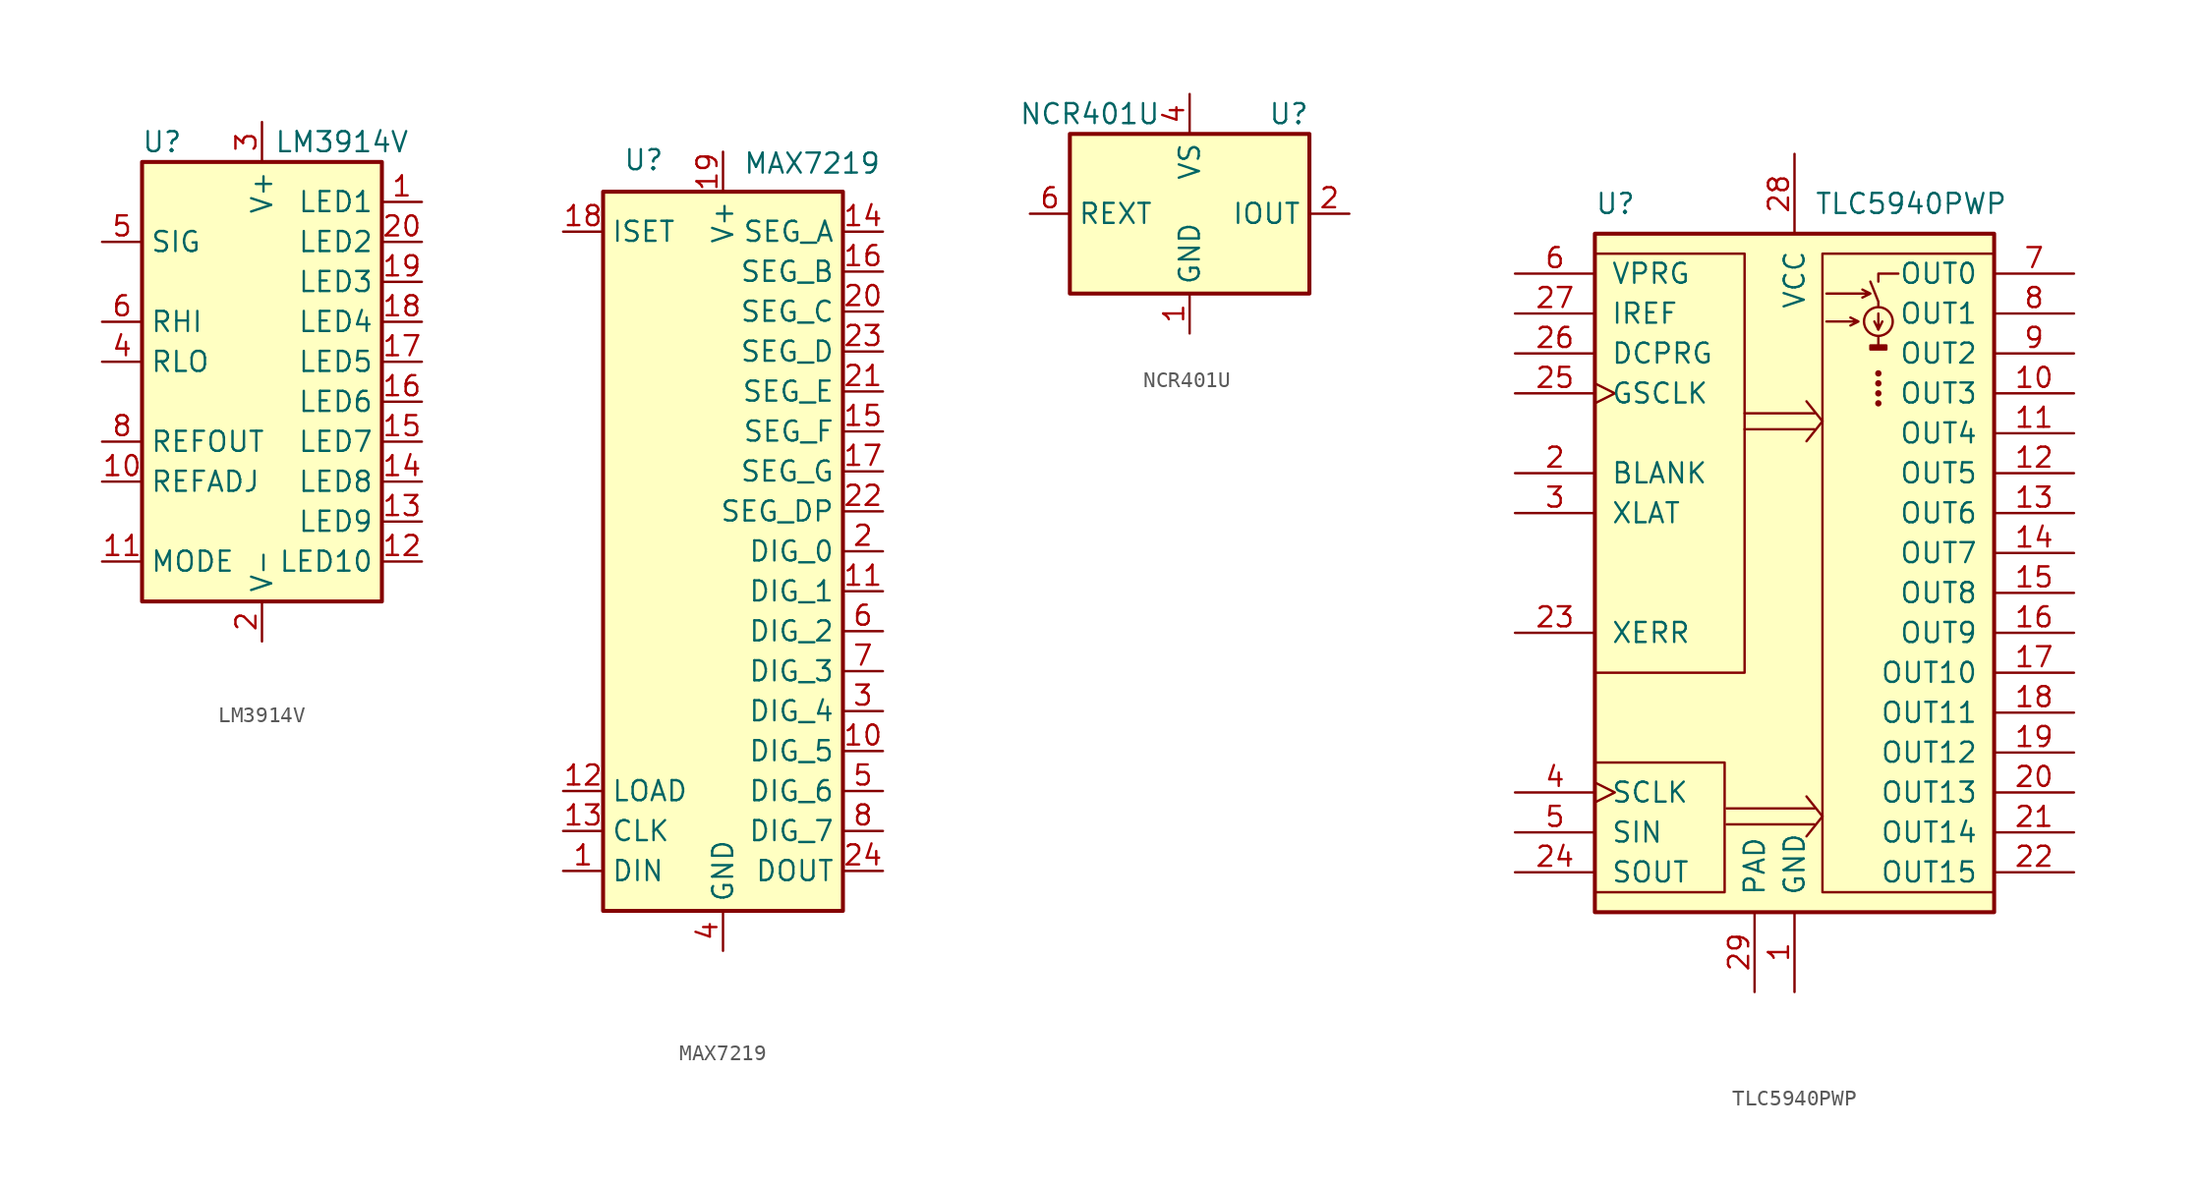
<source format=kicad_sym>
(kicad_symbol_lib
  (version 20201005)
  (generator kicad_symbol_editor)
  (symbol "LM3914V"
    (property "Reference" "U"
      (at -6.35 13.97 0)
      (effects (font (size 1.27 1.27))))
    (property "Value" "LM3914V"
      (at 5.08 13.97 0)
      (effects (font (size 1.27 1.27))))
    (symbol "LM3914V_0_1"
      (rectangle (start -7.62 12.7) (end 7.62 -15.24) (stroke (width 0.254)) (fill (type background))))
    (symbol "LM3914V_1_1"
      (pin open_collector line (at 10.16 10.16 180) (length 2.54) (name "LED1" (effects (font (size 1.27 1.27)))) (number "1" (effects (font (size 1.27 1.27)))))
      (pin input line (at -10.16 -7.62 0) (length 2.54) (name "REFADJ" (effects (font (size 1.27 1.27)))) (number "10" (effects (font (size 1.27 1.27)))))
      (pin input line (at -10.16 -12.7 0) (length 2.54) (name "MODE" (effects (font (size 1.27 1.27)))) (number "11" (effects (font (size 1.27 1.27)))))
      (pin open_collector line (at 10.16 -12.7 180) (length 2.54) (name "LED10" (effects (font (size 1.27 1.27)))) (number "12" (effects (font (size 1.27 1.27)))))
      (pin open_collector line (at 10.16 -10.16 180) (length 2.54) (name "LED9" (effects (font (size 1.27 1.27)))) (number "13" (effects (font (size 1.27 1.27)))))
      (pin open_collector line (at 10.16 -7.62 180) (length 2.54) (name "LED8" (effects (font (size 1.27 1.27)))) (number "14" (effects (font (size 1.27 1.27)))))
      (pin open_collector line (at 10.16 -5.08 180) (length 2.54) (name "LED7" (effects (font (size 1.27 1.27)))) (number "15" (effects (font (size 1.27 1.27)))))
      (pin open_collector line (at 10.16 -2.54 180) (length 2.54) (name "LED6" (effects (font (size 1.27 1.27)))) (number "16" (effects (font (size 1.27 1.27)))))
      (pin open_collector line (at 10.16 0 180) (length 2.54) (name "LED5" (effects (font (size 1.27 1.27)))) (number "17" (effects (font (size 1.27 1.27)))))
      (pin open_collector line (at 10.16 2.54 180) (length 2.54) (name "LED4" (effects (font (size 1.27 1.27)))) (number "18" (effects (font (size 1.27 1.27)))))
      (pin open_collector line (at 10.16 5.08 180) (length 2.54) (name "LED3" (effects (font (size 1.27 1.27)))) (number "19" (effects (font (size 1.27 1.27)))))
      (pin power_in line (at 0 -17.78 90) (length 2.54) (name "V-" (effects (font (size 1.27 1.27)))) (number "2" (effects (font (size 1.27 1.27)))))
      (pin open_collector line (at 10.16 7.62 180) (length 2.54) (name "LED2" (effects (font (size 1.27 1.27)))) (number "20" (effects (font (size 1.27 1.27)))))
      (pin power_in line (at 0 15.24 270) (length 2.54) (name "V+" (effects (font (size 1.27 1.27)))) (number "3" (effects (font (size 1.27 1.27)))))
      (pin input line (at -10.16 0 0) (length 2.54) (name "RLO" (effects (font (size 1.27 1.27)))) (number "4" (effects (font (size 1.27 1.27)))))
      (pin input line (at -10.16 7.62 0) (length 2.54) (name "SIG" (effects (font (size 1.27 1.27)))) (number "5" (effects (font (size 1.27 1.27)))))
      (pin input line (at -10.16 2.54 0) (length 2.54) (name "RHI" (effects (font (size 1.27 1.27)))) (number "6" (effects (font (size 1.27 1.27)))))
      (pin no_connect line (at -7.62 5.08 0) (length 2.54) hide (name "NC" (effects (font (size 1.27 1.27)))) (number "7" (effects (font (size 1.27 1.27)))))
      (pin output line (at -10.16 -5.08 0) (length 2.54) (name "REFOUT" (effects (font (size 1.27 1.27)))) (number "8" (effects (font (size 1.27 1.27)))))
      (pin no_connect line (at -7.62 -2.54 0) (length 2.54) hide (name "NC" (effects (font (size 1.27 1.27)))) (number "9" (effects (font (size 1.27 1.27)))))))
  (symbol "MAX7219"
    (property "Reference" "U"
      (at -6.35 24.13 0)
      (effects (font (size 1.27 1.27)) (justify left bottom)))
    (property "Value" "MAX7219"
      (at 1.27 25.4 0)
      (effects (font (size 1.27 1.27)) (justify left top)))
    (symbol "MAX7219_0_1"
      (rectangle (start -7.62 22.86) (end 7.62 -22.86) (stroke (width 0.254)) (fill (type background))))
    (symbol "MAX7219_1_1"
      (pin input line (at -10.16 -20.32 0) (length 2.54) (name "DIN" (effects (font (size 1.27 1.27)))) (number "1" (effects (font (size 1.27 1.27)))))
      (pin output line (at 10.16 -12.7 180) (length 2.54) (name "DIG_5" (effects (font (size 1.27 1.27)))) (number "10" (effects (font (size 1.27 1.27)))))
      (pin output line (at 10.16 -2.54 180) (length 2.54) (name "DIG_1" (effects (font (size 1.27 1.27)))) (number "11" (effects (font (size 1.27 1.27)))))
      (pin input line (at -10.16 -15.24 0) (length 2.54) (name "LOAD" (effects (font (size 1.27 1.27)))) (number "12" (effects (font (size 1.27 1.27)))))
      (pin input line (at -10.16 -17.78 0) (length 2.54) (name "CLK" (effects (font (size 1.27 1.27)))) (number "13" (effects (font (size 1.27 1.27)))))
      (pin output line (at 10.16 20.32 180) (length 2.54) (name "SEG_A" (effects (font (size 1.27 1.27)))) (number "14" (effects (font (size 1.27 1.27)))))
      (pin output line (at 10.16 7.62 180) (length 2.54) (name "SEG_F" (effects (font (size 1.27 1.27)))) (number "15" (effects (font (size 1.27 1.27)))))
      (pin output line (at 10.16 17.78 180) (length 2.54) (name "SEG_B" (effects (font (size 1.27 1.27)))) (number "16" (effects (font (size 1.27 1.27)))))
      (pin output line (at 10.16 5.08 180) (length 2.54) (name "SEG_G" (effects (font (size 1.27 1.27)))) (number "17" (effects (font (size 1.27 1.27)))))
      (pin input line (at -10.16 20.32 0) (length 2.54) (name "ISET" (effects (font (size 1.27 1.27)))) (number "18" (effects (font (size 1.27 1.27)))))
      (pin power_in line (at 0 25.4 270) (length 2.54) (name "V+" (effects (font (size 1.27 1.27)))) (number "19" (effects (font (size 1.27 1.27)))))
      (pin output line (at 10.16 0 180) (length 2.54) (name "DIG_0" (effects (font (size 1.27 1.27)))) (number "2" (effects (font (size 1.27 1.27)))))
      (pin output line (at 10.16 15.24 180) (length 2.54) (name "SEG_C" (effects (font (size 1.27 1.27)))) (number "20" (effects (font (size 1.27 1.27)))))
      (pin output line (at 10.16 10.16 180) (length 2.54) (name "SEG_E" (effects (font (size 1.27 1.27)))) (number "21" (effects (font (size 1.27 1.27)))))
      (pin output line (at 10.16 2.54 180) (length 2.54) (name "SEG_DP" (effects (font (size 1.27 1.27)))) (number "22" (effects (font (size 1.27 1.27)))))
      (pin output line (at 10.16 12.7 180) (length 2.54) (name "SEG_D" (effects (font (size 1.27 1.27)))) (number "23" (effects (font (size 1.27 1.27)))))
      (pin output line (at 10.16 -20.32 180) (length 2.54) (name "DOUT" (effects (font (size 1.27 1.27)))) (number "24" (effects (font (size 1.27 1.27)))))
      (pin output line (at 10.16 -10.16 180) (length 2.54) (name "DIG_4" (effects (font (size 1.27 1.27)))) (number "3" (effects (font (size 1.27 1.27)))))
      (pin power_in line (at 0 -25.4 90) (length 2.54) (name "GND" (effects (font (size 1.27 1.27)))) (number "4" (effects (font (size 1.27 1.27)))))
      (pin output line (at 10.16 -15.24 180) (length 2.54) (name "DIG_6" (effects (font (size 1.27 1.27)))) (number "5" (effects (font (size 1.27 1.27)))))
      (pin output line (at 10.16 -5.08 180) (length 2.54) (name "DIG_2" (effects (font (size 1.27 1.27)))) (number "6" (effects (font (size 1.27 1.27)))))
      (pin output line (at 10.16 -7.62 180) (length 2.54) (name "DIG_3" (effects (font (size 1.27 1.27)))) (number "7" (effects (font (size 1.27 1.27)))))
      (pin output line (at 10.16 -17.78 180) (length 2.54) (name "DIG_7" (effects (font (size 1.27 1.27)))) (number "8" (effects (font (size 1.27 1.27)))))
      (pin passive line (at 0 -25.4 90) (length 2.54) hide (name "GND" (effects (font (size 1.27 1.27)))) (number "9" (effects (font (size 1.27 1.27)))))))
  (symbol "NCR401U"
    (property "Reference" "U"
      (at 7.62 6.35 0)
      (effects (font (size 1.27 1.27)) (justify right)))
    (property "Value" "NCR401U"
      (at -6.35 6.35 0)
      (effects (font (size 1.27 1.27))))
    (symbol "NCR401U_0_1"
      (rectangle (start -7.62 5.08) (end 7.62 -5.08) (stroke (width 0.254)) (fill (type background))))
    (symbol "NCR401U_1_1"
      (pin power_in line (at 0 -7.62 90) (length 2.54) (name "GND" (effects (font (size 1.27 1.27)))) (number "1" (effects (font (size 1.27 1.27)))))
      (pin output line (at 10.16 0 180) (length 2.54) (name "IOUT" (effects (font (size 1.27 1.27)))) (number "2" (effects (font (size 1.27 1.27)))))
      (pin passive line (at 10.16 0 180) (length 2.54) hide (name "IOUT" (effects (font (size 1.27 1.27)))) (number "3" (effects (font (size 1.27 1.27)))))
      (pin power_in line (at 0 7.62 270) (length 2.54) (name "VS" (effects (font (size 1.27 1.27)))) (number "4" (effects (font (size 1.27 1.27)))))
      (pin passive line (at 10.16 0 180) (length 2.54) hide (name "IOUT" (effects (font (size 1.27 1.27)))) (number "5" (effects (font (size 1.27 1.27)))))
      (pin passive line (at -10.16 0 0) (length 2.54) (name "REXT" (effects (font (size 1.27 1.27)))) (number "6" (effects (font (size 1.27 1.27)))))))
  (symbol "TLC5940PWP"
    (pin_names
      (offset 1.016))
    (property "Reference" "U"
      (at -12.7 22.225 0)
      (effects (font (size 1.27 1.27)) (justify left)))
    (property "Value" "TLC5940PWP"
      (at 1.27 22.225 0)
      (effects (font (size 1.27 1.27)) (justify left)))
    (symbol "TLC5940PWP_0_1"
      (circle (center 5.334 14.732) (radius 0.914) (stroke (width 0)) (fill (type none)))
      (circle (center 5.334 9.525) (radius 0.127) (stroke (width 0)) (fill (type outline)))
      (circle (center 5.334 10.16) (radius 0.127) (stroke (width 0)) (fill (type outline)))
      (circle (center 5.334 10.795) (radius 0.127) (stroke (width 0)) (fill (type outline)))
      (circle (center 5.334 11.43) (radius 0.127) (stroke (width 0)) (fill (type outline)))
      (rectangle (start -12.7 -21.59) (end -4.445 -13.335) (stroke (width 0)) (fill (type none)))
      (rectangle (start -12.7 19.05) (end -3.175 -7.62) (stroke (width 0)) (fill (type none)))
      (rectangle (start 1.778 19.05) (end 12.7 -21.59) (stroke (width 0)) (fill (type none)))
      (rectangle (start 4.826 13.208) (end 5.842 12.954) (stroke (width 0)) (fill (type outline)))
      (rectangle (start -12.7 20.32) (end 12.7 -22.86) (stroke (width 0.254)) (fill (type background)))
      (polyline (pts (xy -4.318 -16.256) (xy 1.27 -16.256)) (stroke (width 0)) (fill (type none)))
      (polyline (pts (xy -3.175 8.89) (xy 1.27 8.89)) (stroke (width 0)) (fill (type none)))
      (polyline (pts (xy 1.27 -17.272) (xy -4.318 -17.272)) (stroke (width 0)) (fill (type none)))
      (polyline (pts (xy 1.27 7.874) (xy -3.175 7.874)) (stroke (width 0)) (fill (type none)))
      (polyline (pts (xy 1.778 -16.764) (xy 0.762 -18.034)) (stroke (width 0)) (fill (type none)))
      (polyline (pts (xy 1.778 -16.764) (xy 0.762 -15.494)) (stroke (width 0)) (fill (type none)))
      (polyline (pts (xy 1.778 8.382) (xy 0.762 7.112)) (stroke (width 0)) (fill (type none)))
      (polyline (pts (xy 1.778 8.382) (xy 0.762 9.652)) (stroke (width 0)) (fill (type none)))
      (polyline (pts (xy 5.334 13.716) (xy 5.334 13.208)) (stroke (width 0)) (fill (type none)))
      (polyline (pts (xy 5.334 14.224) (xy 5.588 14.732)) (stroke (width 0)) (fill (type none)))
      (polyline (pts (xy 5.334 15.24) (xy 5.334 14.224) (xy 5.08 14.732)) (stroke (width 0)) (fill (type none)))
      (polyline (pts (xy 5.334 15.748) (xy 5.334 16.002) (xy 4.826 17.272)) (stroke (width 0)) (fill (type none)))
      (polyline (pts (xy 5.334 17.272) (xy 5.334 17.78) (xy 6.604 17.78)) (stroke (width 0)) (fill (type none)))
      (polyline (pts (xy 2.032 14.732) (xy 4.064 14.732) (xy 3.556 14.986) (xy 4.064 14.732) (xy 3.556 14.478)) (stroke (width 0)) (fill (type none)))
      (polyline (pts (xy 2.032 16.51) (xy 4.826 16.51) (xy 4.318 16.764) (xy 4.826 16.51) (xy 4.318 16.256)) (stroke (width 0)) (fill (type none))))
    (symbol "TLC5940PWP_1_1"
      (pin power_in line (at 0 -27.94 90) (length 5.08) (name "GND" (effects (font (size 1.27 1.27)))) (number "1" (effects (font (size 1.27 1.27)))))
      (pin open_collector line (at 17.78 10.16 180) (length 5.08) (name "OUT3" (effects (font (size 1.27 1.27)))) (number "10" (effects (font (size 1.27 1.27)))))
      (pin open_collector line (at 17.78 7.62 180) (length 5.08) (name "OUT4" (effects (font (size 1.27 1.27)))) (number "11" (effects (font (size 1.27 1.27)))))
      (pin open_collector line (at 17.78 5.08 180) (length 5.08) (name "OUT5" (effects (font (size 1.27 1.27)))) (number "12" (effects (font (size 1.27 1.27)))))
      (pin open_collector line (at 17.78 2.54 180) (length 5.08) (name "OUT6" (effects (font (size 1.27 1.27)))) (number "13" (effects (font (size 1.27 1.27)))))
      (pin open_collector line (at 17.78 0 180) (length 5.08) (name "OUT7" (effects (font (size 1.27 1.27)))) (number "14" (effects (font (size 1.27 1.27)))))
      (pin open_collector line (at 17.78 -2.54 180) (length 5.08) (name "OUT8" (effects (font (size 1.27 1.27)))) (number "15" (effects (font (size 1.27 1.27)))))
      (pin open_collector line (at 17.78 -5.08 180) (length 5.08) (name "OUT9" (effects (font (size 1.27 1.27)))) (number "16" (effects (font (size 1.27 1.27)))))
      (pin open_collector line (at 17.78 -7.62 180) (length 5.08) (name "OUT10" (effects (font (size 1.27 1.27)))) (number "17" (effects (font (size 1.27 1.27)))))
      (pin open_collector line (at 17.78 -10.16 180) (length 5.08) (name "OUT11" (effects (font (size 1.27 1.27)))) (number "18" (effects (font (size 1.27 1.27)))))
      (pin open_collector line (at 17.78 -12.7 180) (length 5.08) (name "OUT12" (effects (font (size 1.27 1.27)))) (number "19" (effects (font (size 1.27 1.27)))))
      (pin input line (at -17.78 5.08 0) (length 5.08) (name "BLANK" (effects (font (size 1.27 1.27)))) (number "2" (effects (font (size 1.27 1.27)))))
      (pin open_collector line (at 17.78 -15.24 180) (length 5.08) (name "OUT13" (effects (font (size 1.27 1.27)))) (number "20" (effects (font (size 1.27 1.27)))))
      (pin open_collector line (at 17.78 -17.78 180) (length 5.08) (name "OUT14" (effects (font (size 1.27 1.27)))) (number "21" (effects (font (size 1.27 1.27)))))
      (pin open_collector line (at 17.78 -20.32 180) (length 5.08) (name "OUT15" (effects (font (size 1.27 1.27)))) (number "22" (effects (font (size 1.27 1.27)))))
      (pin open_collector line (at -17.78 -5.08 0) (length 5.08) (name "XERR" (effects (font (size 1.27 1.27)))) (number "23" (effects (font (size 1.27 1.27)))))
      (pin output line (at -17.78 -20.32 0) (length 5.08) (name "SOUT" (effects (font (size 1.27 1.27)))) (number "24" (effects (font (size 1.27 1.27)))))
      (pin input clock (at -17.78 10.16 0) (length 5.08) (name "GSCLK" (effects (font (size 1.27 1.27)))) (number "25" (effects (font (size 1.27 1.27)))))
      (pin input line (at -17.78 12.7 0) (length 5.08) (name "DCPRG" (effects (font (size 1.27 1.27)))) (number "26" (effects (font (size 1.27 1.27)))))
      (pin input line (at -17.78 15.24 0) (length 5.08) (name "IREF" (effects (font (size 1.27 1.27)))) (number "27" (effects (font (size 1.27 1.27)))))
      (pin power_in line (at 0 25.4 270) (length 5.08) (name "VCC" (effects (font (size 1.27 1.27)))) (number "28" (effects (font (size 1.27 1.27)))))
      (pin input line (at -2.54 -27.94 90) (length 5.08) (name "PAD" (effects (font (size 1.27 1.27)))) (number "29" (effects (font (size 1.27 1.27)))))
      (pin input line (at -17.78 2.54 0) (length 5.08) (name "XLAT" (effects (font (size 1.27 1.27)))) (number "3" (effects (font (size 1.27 1.27)))))
      (pin input clock (at -17.78 -15.24 0) (length 5.08) (name "SCLK" (effects (font (size 1.27 1.27)))) (number "4" (effects (font (size 1.27 1.27)))))
      (pin input line (at -17.78 -17.78 0) (length 5.08) (name "SIN" (effects (font (size 1.27 1.27)))) (number "5" (effects (font (size 1.27 1.27)))))
      (pin input line (at -17.78 17.78 0) (length 5.08) (name "VPRG" (effects (font (size 1.27 1.27)))) (number "6" (effects (font (size 1.27 1.27)))))
      (pin open_collector line (at 17.78 17.78 180) (length 5.08) (name "OUT0" (effects (font (size 1.27 1.27)))) (number "7" (effects (font (size 1.27 1.27)))))
      (pin open_collector line (at 17.78 15.24 180) (length 5.08) (name "OUT1" (effects (font (size 1.27 1.27)))) (number "8" (effects (font (size 1.27 1.27)))))
      (pin open_collector line (at 17.78 12.7 180) (length 5.08) (name "OUT2" (effects (font (size 1.27 1.27)))) (number "9" (effects (font (size 1.27 1.27))))))))
</source>
